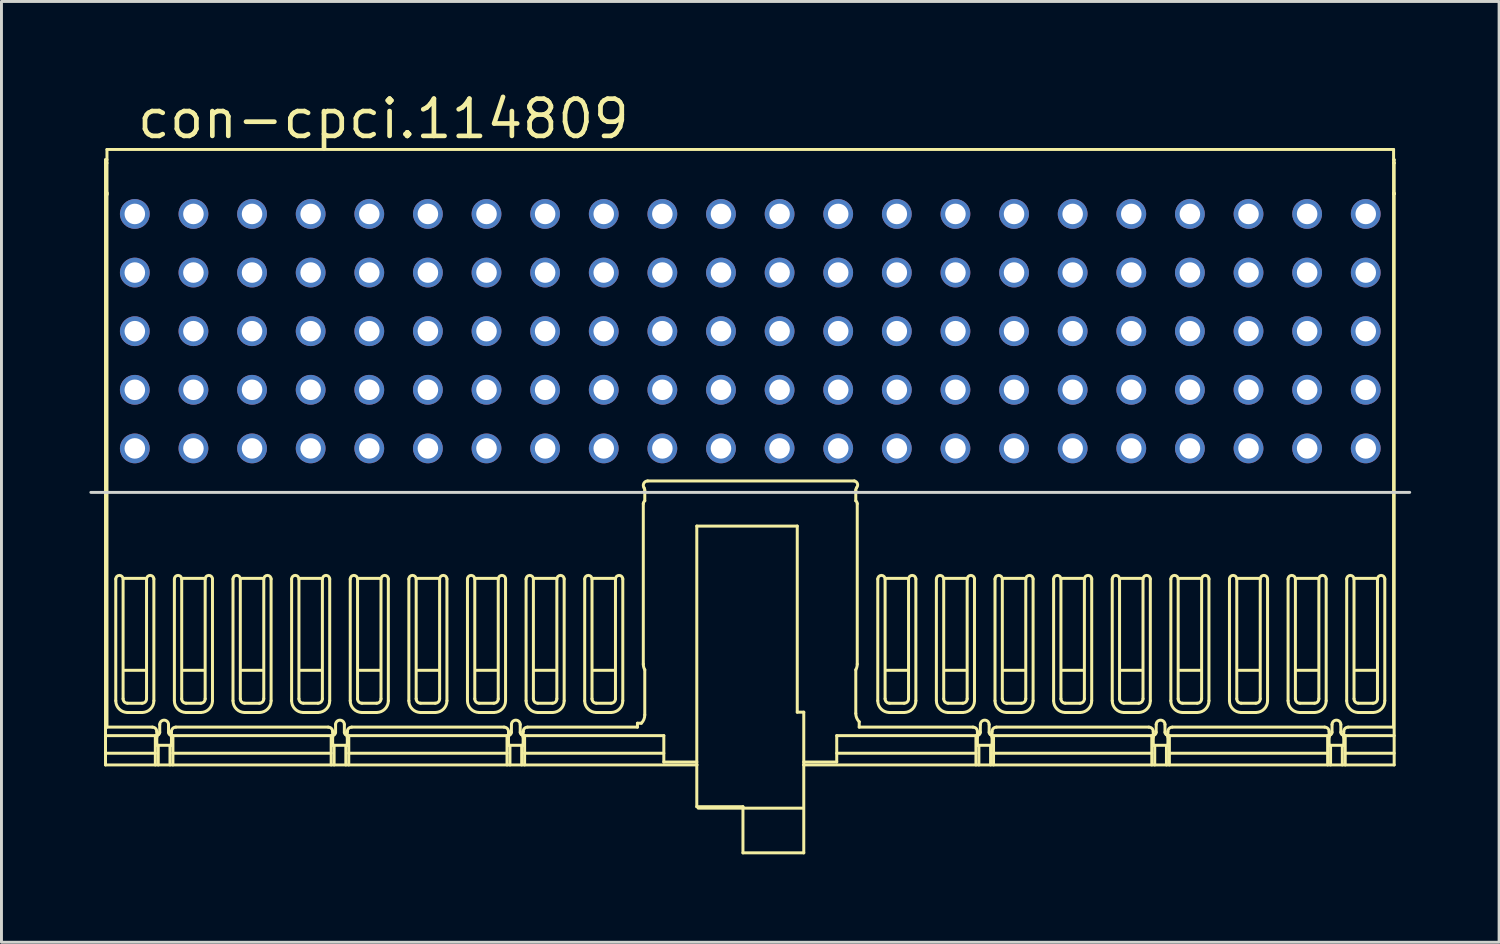
<source format=kicad_pcb>
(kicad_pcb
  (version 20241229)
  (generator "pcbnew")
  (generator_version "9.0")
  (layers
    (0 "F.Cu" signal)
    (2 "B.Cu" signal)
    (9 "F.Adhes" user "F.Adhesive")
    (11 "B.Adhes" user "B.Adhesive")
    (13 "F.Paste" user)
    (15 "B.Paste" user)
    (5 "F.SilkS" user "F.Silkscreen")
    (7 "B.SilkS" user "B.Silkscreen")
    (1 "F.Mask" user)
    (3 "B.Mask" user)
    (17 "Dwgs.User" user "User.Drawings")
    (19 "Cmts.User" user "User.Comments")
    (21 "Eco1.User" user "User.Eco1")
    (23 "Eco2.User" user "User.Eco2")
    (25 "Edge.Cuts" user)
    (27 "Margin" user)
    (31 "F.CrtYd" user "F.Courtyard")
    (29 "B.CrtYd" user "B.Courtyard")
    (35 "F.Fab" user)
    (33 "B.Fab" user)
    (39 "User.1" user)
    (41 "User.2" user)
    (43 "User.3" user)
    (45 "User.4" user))
  (footprint "con-cpci.114809"
    (layer "F.Cu")
    (at 22.55 12.25)
    (property "Reference" "con-cpci.114809" (at -21 -10.5 0) (layer "F.SilkS") (effects (font (size 1.27 1.27) (thickness 0.16)) (justify left bottom)))
    (attr through_hole)
    (fp_line (start -22 -9.85) (end -21.95 -9.85) (stroke (width 0.102) (type default)) (layer "F.SilkS"))
    (fp_line (start -22 -9.736) (end -22 -9.85) (stroke (width 0.102) (type default)) (layer "F.SilkS"))
    (fp_line (start -22 -8.728) (end -22 -9.736) (stroke (width 0.102) (type default)) (layer "F.SilkS"))
    (fp_line (start -22 -8.728) (end -22 -8.686) (stroke (width 0.102) (type default)) (layer "F.SilkS"))
    (fp_line (start -22 -8.703) (end -22 -8.661) (stroke (width 0.102) (type default)) (layer "F.SilkS"))
    (fp_line (start -22 -8.661) (end -22 10.8) (stroke (width 0.102) (type default)) (layer "F.SilkS"))
    (fp_line (start -22 -8.661) (end -21.95 -8.661) (stroke (width 0.102) (type default)) (layer "F.SilkS"))
    (fp_line (start -22 9.8) (end -20.3 9.8) (stroke (width 0.102) (type default)) (layer "F.SilkS"))
    (fp_line (start -22 10.4) (end -20.3 10.4) (stroke (width 0.102) (type default)) (layer "F.SilkS"))
    (fp_line (start -22 10.8) (end -1.825 10.8) (stroke (width 0.102) (type default)) (layer "F.SilkS"))
    (fp_line (start -21.95 -10.2) (end 21.95 -10.2) (stroke (width 0.102) (type default)) (layer "F.SilkS"))
    (fp_line (start -21.95 -9.736) (end -22 -9.736) (stroke (width 0.102) (type default)) (layer "F.SilkS"))
    (fp_line (start -21.95 -8.728) (end -22 -8.728) (stroke (width 0.102) (type default)) (layer "F.SilkS"))
    (fp_line (start -21.95 -8.703) (end -22 -8.703) (stroke (width 0.102) (type default)) (layer "F.SilkS"))
    (fp_line (start -21.95 -8.661) (end -21.95 -8.703) (stroke (width 0.102) (type default)) (layer "F.SilkS"))
    (fp_line (start -21.95 9.51) (end -21.95 -10.2) (stroke (width 0.102) (type default)) (layer "F.SilkS"))
    (fp_line (start -21.65 8.61) (end -21.65 4.457) (stroke (width 0.102) (type default)) (layer "F.SilkS"))
    (fp_line (start -21.4 4.457) (end -21.4 8.544) (stroke (width 0.102) (type default)) (layer "F.SilkS"))
    (fp_line (start -21.25 8.694) (end -20.75 8.694) (stroke (width 0.102) (type default)) (layer "F.SilkS"))
    (fp_line (start -20.75 9.01) (end -21.25 9.01) (stroke (width 0.102) (type default)) (layer "F.SilkS"))
    (fp_line (start -20.65 4.435) (end -21.35 4.435) (stroke (width 0.102) (type default)) (layer "F.SilkS"))
    (fp_line (start -20.65 7.572) (end -21.35 7.572) (stroke (width 0.102) (type default)) (layer "F.SilkS"))
    (fp_line (start -20.6 8.544) (end -20.6 4.457) (stroke (width 0.102) (type default)) (layer "F.SilkS"))
    (fp_line (start -20.4 9.51) (end -21.95 9.51) (stroke (width 0.102) (type default)) (layer "F.SilkS"))
    (fp_line (start -20.35 4.457) (end -20.35 8.61) (stroke (width 0.102) (type default)) (layer "F.SilkS"))
    (fp_line (start -20.3 9.8) (end -20.3 10.8) (stroke (width 0.102) (type default)) (layer "F.SilkS"))
    (fp_line (start -20.25 10.13) (end -20.25 9.66) (stroke (width 0.102) (type default)) (layer "F.SilkS"))
    (fp_line (start -20.2 10.13) (end -20.2 10.8) (stroke (width 0.102) (type default)) (layer "F.SilkS"))
    (fp_line (start -20.15 9.422) (end -20.15 9.684) (stroke (width 0.102) (type default)) (layer "F.SilkS"))
    (fp_line (start -19.85 9.684) (end -19.85 9.422) (stroke (width 0.102) (type default)) (layer "F.SilkS"))
    (fp_line (start -19.8 10.13) (end -19.8 10.8) (stroke (width 0.102) (type default)) (layer "F.SilkS"))
    (fp_line (start -19.75 9.66) (end -19.75 10.13) (stroke (width 0.102) (type default)) (layer "F.SilkS"))
    (fp_line (start -19.75 10.13) (end -20.25 10.13) (stroke (width 0.102) (type default)) (layer "F.SilkS"))
    (fp_line (start -19.75 9.66) (end -19.75 9.66) (stroke (width 0.102) (type default)) (layer "F.SilkS"))
    (fp_line (start -19.7 9.8) (end -14.3 9.8) (stroke (width 0.102) (type default)) (layer "F.SilkS"))
    (fp_line (start -19.7 10.4) (end -14.3 10.4) (stroke (width 0.102) (type default)) (layer "F.SilkS"))
    (fp_line (start -19.7 10.8) (end -19.7 9.8) (stroke (width 0.102) (type default)) (layer "F.SilkS"))
    (fp_line (start -19.65 8.61) (end -19.65 4.457) (stroke (width 0.102) (type default)) (layer "F.SilkS"))
    (fp_line (start -19.4 4.457) (end -19.4 8.544) (stroke (width 0.102) (type default)) (layer "F.SilkS"))
    (fp_line (start -19.25 8.694) (end -18.75 8.694) (stroke (width 0.102) (type default)) (layer "F.SilkS"))
    (fp_line (start -18.75 9.01) (end -19.25 9.01) (stroke (width 0.102) (type default)) (layer "F.SilkS"))
    (fp_line (start -18.65 4.435) (end -19.35 4.435) (stroke (width 0.102) (type default)) (layer "F.SilkS"))
    (fp_line (start -18.65 7.572) (end -19.35 7.572) (stroke (width 0.102) (type default)) (layer "F.SilkS"))
    (fp_line (start -18.6 8.544) (end -18.6 4.457) (stroke (width 0.102) (type default)) (layer "F.SilkS"))
    (fp_line (start -18.35 4.457) (end -18.35 8.61) (stroke (width 0.102) (type default)) (layer "F.SilkS"))
    (fp_line (start -17.65 8.61) (end -17.65 4.457) (stroke (width 0.102) (type default)) (layer "F.SilkS"))
    (fp_line (start -17.4 4.457) (end -17.4 8.544) (stroke (width 0.102) (type default)) (layer "F.SilkS"))
    (fp_line (start -17.25 8.694) (end -16.75 8.694) (stroke (width 0.102) (type default)) (layer "F.SilkS"))
    (fp_line (start -16.75 9.01) (end -17.25 9.01) (stroke (width 0.102) (type default)) (layer "F.SilkS"))
    (fp_line (start -16.65 4.435) (end -17.35 4.435) (stroke (width 0.102) (type default)) (layer "F.SilkS"))
    (fp_line (start -16.65 7.572) (end -17.35 7.572) (stroke (width 0.102) (type default)) (layer "F.SilkS"))
    (fp_line (start -16.6 8.544) (end -16.6 4.457) (stroke (width 0.102) (type default)) (layer "F.SilkS"))
    (fp_line (start -16.35 4.457) (end -16.35 8.61) (stroke (width 0.102) (type default)) (layer "F.SilkS"))
    (fp_line (start -15.65 8.61) (end -15.65 4.457) (stroke (width 0.102) (type default)) (layer "F.SilkS"))
    (fp_line (start -15.4 4.457) (end -15.4 8.544) (stroke (width 0.102) (type default)) (layer "F.SilkS"))
    (fp_line (start -15.25 8.694) (end -14.75 8.694) (stroke (width 0.102) (type default)) (layer "F.SilkS"))
    (fp_line (start -14.75 9.01) (end -15.25 9.01) (stroke (width 0.102) (type default)) (layer "F.SilkS"))
    (fp_line (start -14.65 4.435) (end -15.35 4.435) (stroke (width 0.102) (type default)) (layer "F.SilkS"))
    (fp_line (start -14.65 7.572) (end -15.35 7.572) (stroke (width 0.102) (type default)) (layer "F.SilkS"))
    (fp_line (start -14.6 8.544) (end -14.6 4.457) (stroke (width 0.102) (type default)) (layer "F.SilkS"))
    (fp_line (start -14.4 9.51) (end -19.6 9.51) (stroke (width 0.102) (type default)) (layer "F.SilkS"))
    (fp_line (start -14.35 4.457) (end -14.35 8.61) (stroke (width 0.102) (type default)) (layer "F.SilkS"))
    (fp_line (start -14.3 9.8) (end -14.3 10.8) (stroke (width 0.102) (type default)) (layer "F.SilkS"))
    (fp_line (start -14.25 10.13) (end -14.25 9.66) (stroke (width 0.102) (type default)) (layer "F.SilkS"))
    (fp_line (start -14.2 10.13) (end -14.2 10.8) (stroke (width 0.102) (type default)) (layer "F.SilkS"))
    (fp_line (start -14.15 9.422) (end -14.15 9.684) (stroke (width 0.102) (type default)) (layer "F.SilkS"))
    (fp_line (start -13.85 9.684) (end -13.85 9.422) (stroke (width 0.102) (type default)) (layer "F.SilkS"))
    (fp_line (start -13.8 10.13) (end -13.8 10.8) (stroke (width 0.102) (type default)) (layer "F.SilkS"))
    (fp_line (start -13.75 9.66) (end -13.75 10.13) (stroke (width 0.102) (type default)) (layer "F.SilkS"))
    (fp_line (start -13.75 10.13) (end -14.25 10.13) (stroke (width 0.102) (type default)) (layer "F.SilkS"))
    (fp_line (start -13.75 9.66) (end -13.75 9.66) (stroke (width 0.102) (type default)) (layer "F.SilkS"))
    (fp_line (start -13.7 9.8) (end -8.3 9.8) (stroke (width 0.102) (type default)) (layer "F.SilkS"))
    (fp_line (start -13.7 10.4) (end -8.3 10.4) (stroke (width 0.102) (type default)) (layer "F.SilkS"))
    (fp_line (start -13.7 10.8) (end -13.7 9.8) (stroke (width 0.102) (type default)) (layer "F.SilkS"))
    (fp_line (start -13.65 8.61) (end -13.65 4.457) (stroke (width 0.102) (type default)) (layer "F.SilkS"))
    (fp_line (start -13.4 4.457) (end -13.4 8.544) (stroke (width 0.102) (type default)) (layer "F.SilkS"))
    (fp_line (start -13.25 8.694) (end -12.75 8.694) (stroke (width 0.102) (type default)) (layer "F.SilkS"))
    (fp_line (start -12.75 9.01) (end -13.25 9.01) (stroke (width 0.102) (type default)) (layer "F.SilkS"))
    (fp_line (start -12.65 4.435) (end -13.35 4.435) (stroke (width 0.102) (type default)) (layer "F.SilkS"))
    (fp_line (start -12.65 7.572) (end -13.35 7.572) (stroke (width 0.102) (type default)) (layer "F.SilkS"))
    (fp_line (start -12.6 8.544) (end -12.6 4.457) (stroke (width 0.102) (type default)) (layer "F.SilkS"))
    (fp_line (start -12.35 4.457) (end -12.35 8.61) (stroke (width 0.102) (type default)) (layer "F.SilkS"))
    (fp_line (start -11.65 8.61) (end -11.65 4.457) (stroke (width 0.102) (type default)) (layer "F.SilkS"))
    (fp_line (start -11.4 4.457) (end -11.4 8.544) (stroke (width 0.102) (type default)) (layer "F.SilkS"))
    (fp_line (start -11.25 8.694) (end -10.75 8.694) (stroke (width 0.102) (type default)) (layer "F.SilkS"))
    (fp_line (start -10.75 9.01) (end -11.25 9.01) (stroke (width 0.102) (type default)) (layer "F.SilkS"))
    (fp_line (start -10.65 4.435) (end -11.35 4.435) (stroke (width 0.102) (type default)) (layer "F.SilkS"))
    (fp_line (start -10.65 7.572) (end -11.35 7.572) (stroke (width 0.102) (type default)) (layer "F.SilkS"))
    (fp_line (start -10.6 8.544) (end -10.6 4.457) (stroke (width 0.102) (type default)) (layer "F.SilkS"))
    (fp_line (start -10.35 4.457) (end -10.35 8.61) (stroke (width 0.102) (type default)) (layer "F.SilkS"))
    (fp_line (start -9.65 8.61) (end -9.65 4.457) (stroke (width 0.102) (type default)) (layer "F.SilkS"))
    (fp_line (start -9.4 4.457) (end -9.4 8.544) (stroke (width 0.102) (type default)) (layer "F.SilkS"))
    (fp_line (start -9.25 8.694) (end -8.75 8.694) (stroke (width 0.102) (type default)) (layer "F.SilkS"))
    (fp_line (start -8.75 9.01) (end -9.25 9.01) (stroke (width 0.102) (type default)) (layer "F.SilkS"))
    (fp_line (start -8.65 4.435) (end -9.35 4.435) (stroke (width 0.102) (type default)) (layer "F.SilkS"))
    (fp_line (start -8.65 7.572) (end -9.35 7.572) (stroke (width 0.102) (type default)) (layer "F.SilkS"))
    (fp_line (start -8.6 8.544) (end -8.6 4.457) (stroke (width 0.102) (type default)) (layer "F.SilkS"))
    (fp_line (start -8.4 9.51) (end -13.6 9.51) (stroke (width 0.102) (type default)) (layer "F.SilkS"))
    (fp_line (start -8.35 4.457) (end -8.35 8.61) (stroke (width 0.102) (type default)) (layer "F.SilkS"))
    (fp_line (start -8.3 9.8) (end -8.3 10.8) (stroke (width 0.102) (type default)) (layer "F.SilkS"))
    (fp_line (start -8.25 10.13) (end -8.25 9.66) (stroke (width 0.102) (type default)) (layer "F.SilkS"))
    (fp_line (start -8.2 10.13) (end -8.2 10.8) (stroke (width 0.102) (type default)) (layer "F.SilkS"))
    (fp_line (start -8.15 9.422) (end -8.15 9.684) (stroke (width 0.102) (type default)) (layer "F.SilkS"))
    (fp_line (start -7.85 9.684) (end -7.85 9.422) (stroke (width 0.102) (type default)) (layer "F.SilkS"))
    (fp_line (start -7.8 10.13) (end -7.8 10.8) (stroke (width 0.102) (type default)) (layer "F.SilkS"))
    (fp_line (start -7.75 9.66) (end -7.75 10.13) (stroke (width 0.102) (type default)) (layer "F.SilkS"))
    (fp_line (start -7.75 10.13) (end -8.25 10.13) (stroke (width 0.102) (type default)) (layer "F.SilkS"))
    (fp_line (start -7.75 9.66) (end -7.75 9.66) (stroke (width 0.102) (type default)) (layer "F.SilkS"))
    (fp_line (start -7.7 9.8) (end -2.95 9.8) (stroke (width 0.102) (type default)) (layer "F.SilkS"))
    (fp_line (start -7.7 10.4) (end -2.95 10.4) (stroke (width 0.102) (type default)) (layer "F.SilkS"))
    (fp_line (start -7.7 10.8) (end -7.7 9.8) (stroke (width 0.102) (type default)) (layer "F.SilkS"))
    (fp_line (start -7.65 8.61) (end -7.65 4.457) (stroke (width 0.102) (type default)) (layer "F.SilkS"))
    (fp_line (start -7.4 4.457) (end -7.4 8.544) (stroke (width 0.102) (type default)) (layer "F.SilkS"))
    (fp_line (start -7.25 8.694) (end -6.75 8.694) (stroke (width 0.102) (type default)) (layer "F.SilkS"))
    (fp_line (start -6.75 9.01) (end -7.25 9.01) (stroke (width 0.102) (type default)) (layer "F.SilkS"))
    (fp_line (start -6.65 4.435) (end -7.35 4.435) (stroke (width 0.102) (type default)) (layer "F.SilkS"))
    (fp_line (start -6.65 7.572) (end -7.35 7.572) (stroke (width 0.102) (type default)) (layer "F.SilkS"))
    (fp_line (start -6.6 8.544) (end -6.6 4.457) (stroke (width 0.102) (type default)) (layer "F.SilkS"))
    (fp_line (start -6.35 4.457) (end -6.35 8.61) (stroke (width 0.102) (type default)) (layer "F.SilkS"))
    (fp_line (start -5.65 8.61) (end -5.65 4.457) (stroke (width 0.102) (type default)) (layer "F.SilkS"))
    (fp_line (start -5.4 4.457) (end -5.4 8.544) (stroke (width 0.102) (type default)) (layer "F.SilkS"))
    (fp_line (start -5.25 8.694) (end -4.75 8.694) (stroke (width 0.102) (type default)) (layer "F.SilkS"))
    (fp_line (start -4.75 9.01) (end -5.25 9.01) (stroke (width 0.102) (type default)) (layer "F.SilkS"))
    (fp_line (start -4.65 4.435) (end -5.35 4.435) (stroke (width 0.102) (type default)) (layer "F.SilkS"))
    (fp_line (start -4.65 7.572) (end -5.35 7.572) (stroke (width 0.102) (type default)) (layer "F.SilkS"))
    (fp_line (start -4.6 8.544) (end -4.6 4.457) (stroke (width 0.102) (type default)) (layer "F.SilkS"))
    (fp_line (start -4.35 4.457) (end -4.35 8.61) (stroke (width 0.102) (type default)) (layer "F.SilkS"))
    (fp_line (start -3.85 9.377) (end -3.85 9.51) (stroke (width 0.102) (type default)) (layer "F.SilkS"))
    (fp_line (start -3.85 9.51) (end -7.6 9.51) (stroke (width 0.102) (type default)) (layer "F.SilkS"))
    (fp_line (start -3.717 9.377) (end -3.85 9.377) (stroke (width 0.102) (type default)) (layer "F.SilkS"))
    (fp_line (start -3.65 1.889) (end -3.65 7.36) (stroke (width 0.102) (type default)) (layer "F.SilkS"))
    (fp_line (start -3.6 1.426) (end -3.6 1.789) (stroke (width 0.102) (type default)) (layer "F.SilkS"))
    (fp_line (start -3.6 7.554) (end -3.6 9.094) (stroke (width 0.102) (type default)) (layer "F.SilkS"))
    (fp_line (start -2.95 9.8) (end -2.95 10.7) (stroke (width 0.102) (type default)) (layer "F.SilkS"))
    (fp_line (start -2.95 10.7) (end -1.825 10.7) (stroke (width 0.102) (type default)) (layer "F.SilkS"))
    (fp_line (start -1.825 2.65) (end -1.825 10.8) (stroke (width 0.102) (type default)) (layer "F.SilkS"))
    (fp_line (start -1.825 10.8) (end -1.825 10.8) (stroke (width 0.102) (type default)) (layer "F.SilkS"))
    (fp_line (start -1.825 10.8) (end -1.825 12.225) (stroke (width 0.102) (type default)) (layer "F.SilkS"))
    (fp_line (start -1.825 12.225) (end -0.25 12.225) (stroke (width 0.102) (type default)) (layer "F.SilkS"))
    (fp_line (start -1.775 12.275) (end 1.775 12.275) (stroke (width 0.102) (type default)) (layer "F.SilkS"))
    (fp_line (start -0.25 12.225) (end -0.25 13.8) (stroke (width 0.102) (type default)) (layer "F.SilkS"))
    (fp_line (start -0.25 13.8) (end 1.825 13.8) (stroke (width 0.102) (type default)) (layer "F.SilkS"))
    (fp_line (start 1.603 2.65) (end -1.825 2.65) (stroke (width 0.102) (type default)) (layer "F.SilkS"))
    (fp_line (start 1.603 9) (end 1.603 2.65) (stroke (width 0.102) (type default)) (layer "F.SilkS"))
    (fp_line (start 1.825 9) (end 1.603 9) (stroke (width 0.102) (type default)) (layer "F.SilkS"))
    (fp_line (start 1.825 10.7) (end 2.95 10.7) (stroke (width 0.102) (type default)) (layer "F.SilkS"))
    (fp_line (start 1.825 10.8) (end 1.825 9) (stroke (width 0.102) (type default)) (layer "F.SilkS"))
    (fp_line (start 1.825 10.8) (end 21.97 10.8) (stroke (width 0.102) (type default)) (layer "F.SilkS"))
    (fp_line (start 1.825 13.8) (end 1.825 10.8) (stroke (width 0.102) (type default)) (layer "F.SilkS"))
    (fp_line (start 2.95 9.8) (end 7.7 9.8) (stroke (width 0.102) (type default)) (layer "F.SilkS"))
    (fp_line (start 2.95 10.7) (end 2.95 9.8) (stroke (width 0.102) (type default)) (layer "F.SilkS"))
    (fp_line (start 3.55 1.11) (end -3.5 1.11) (stroke (width 0.102) (type default)) (layer "F.SilkS"))
    (fp_line (start 3.6 1.789) (end 3.6 1.426) (stroke (width 0.102) (type default)) (layer "F.SilkS"))
    (fp_line (start 3.6 9.044) (end 3.6 7.554) (stroke (width 0.102) (type default)) (layer "F.SilkS"))
    (fp_line (start 3.65 7.36) (end 3.65 1.889) (stroke (width 0.102) (type default)) (layer "F.SilkS"))
    (fp_line (start 3.717 9.51) (end 3.717 9.327) (stroke (width 0.102) (type default)) (layer "F.SilkS"))
    (fp_line (start 4.35 8.61) (end 4.35 4.457) (stroke (width 0.102) (type default)) (layer "F.SilkS"))
    (fp_line (start 4.6 4.457) (end 4.6 8.544) (stroke (width 0.102) (type default)) (layer "F.SilkS"))
    (fp_line (start 4.75 8.694) (end 5.25 8.694) (stroke (width 0.102) (type default)) (layer "F.SilkS"))
    (fp_line (start 5.25 9.01) (end 4.75 9.01) (stroke (width 0.102) (type default)) (layer "F.SilkS"))
    (fp_line (start 5.35 4.435) (end 4.65 4.435) (stroke (width 0.102) (type default)) (layer "F.SilkS"))
    (fp_line (start 5.35 7.572) (end 4.65 7.572) (stroke (width 0.102) (type default)) (layer "F.SilkS"))
    (fp_line (start 5.4 8.544) (end 5.4 4.457) (stroke (width 0.102) (type default)) (layer "F.SilkS"))
    (fp_line (start 5.65 4.457) (end 5.65 8.61) (stroke (width 0.102) (type default)) (layer "F.SilkS"))
    (fp_line (start 6.35 8.61) (end 6.35 4.457) (stroke (width 0.102) (type default)) (layer "F.SilkS"))
    (fp_line (start 6.6 4.457) (end 6.6 8.544) (stroke (width 0.102) (type default)) (layer "F.SilkS"))
    (fp_line (start 6.75 8.694) (end 7.25 8.694) (stroke (width 0.102) (type default)) (layer "F.SilkS"))
    (fp_line (start 7.25 9.01) (end 6.75 9.01) (stroke (width 0.102) (type default)) (layer "F.SilkS"))
    (fp_line (start 7.35 4.435) (end 6.65 4.435) (stroke (width 0.102) (type default)) (layer "F.SilkS"))
    (fp_line (start 7.35 7.572) (end 6.65 7.572) (stroke (width 0.102) (type default)) (layer "F.SilkS"))
    (fp_line (start 7.4 8.544) (end 7.4 4.457) (stroke (width 0.102) (type default)) (layer "F.SilkS"))
    (fp_line (start 7.6 9.51) (end 3.717 9.51) (stroke (width 0.102) (type default)) (layer "F.SilkS"))
    (fp_line (start 7.65 4.457) (end 7.65 8.61) (stroke (width 0.102) (type default)) (layer "F.SilkS"))
    (fp_line (start 7.7 9.8) (end 7.7 10.8) (stroke (width 0.102) (type default)) (layer "F.SilkS"))
    (fp_line (start 7.7 10.4) (end 2.95 10.4) (stroke (width 0.102) (type default)) (layer "F.SilkS"))
    (fp_line (start 7.75 10.13) (end 7.75 9.66) (stroke (width 0.102) (type default)) (layer "F.SilkS"))
    (fp_line (start 7.8 10.13) (end 7.8 10.8) (stroke (width 0.102) (type default)) (layer "F.SilkS"))
    (fp_line (start 7.85 9.422) (end 7.85 9.684) (stroke (width 0.102) (type default)) (layer "F.SilkS"))
    (fp_line (start 8.15 9.684) (end 8.15 9.422) (stroke (width 0.102) (type default)) (layer "F.SilkS"))
    (fp_line (start 8.2 10.13) (end 8.2 10.8) (stroke (width 0.102) (type default)) (layer "F.SilkS"))
    (fp_line (start 8.25 9.66) (end 8.25 10.13) (stroke (width 0.102) (type default)) (layer "F.SilkS"))
    (fp_line (start 8.25 10.13) (end 7.75 10.13) (stroke (width 0.102) (type default)) (layer "F.SilkS"))
    (fp_line (start 8.3 9.8) (end 8.3 10.8) (stroke (width 0.102) (type default)) (layer "F.SilkS"))
    (fp_line (start 8.35 8.61) (end 8.35 4.457) (stroke (width 0.102) (type default)) (layer "F.SilkS"))
    (fp_line (start 8.6 4.457) (end 8.6 8.544) (stroke (width 0.102) (type default)) (layer "F.SilkS"))
    (fp_line (start 8.75 8.694) (end 9.25 8.694) (stroke (width 0.102) (type default)) (layer "F.SilkS"))
    (fp_line (start 9.25 9.01) (end 8.75 9.01) (stroke (width 0.102) (type default)) (layer "F.SilkS"))
    (fp_line (start 9.35 4.435) (end 8.65 4.435) (stroke (width 0.102) (type default)) (layer "F.SilkS"))
    (fp_line (start 9.35 7.572) (end 8.65 7.572) (stroke (width 0.102) (type default)) (layer "F.SilkS"))
    (fp_line (start 9.4 8.544) (end 9.4 4.457) (stroke (width 0.102) (type default)) (layer "F.SilkS"))
    (fp_line (start 9.65 4.457) (end 9.65 8.61) (stroke (width 0.102) (type default)) (layer "F.SilkS"))
    (fp_line (start 10.35 8.61) (end 10.35 4.457) (stroke (width 0.102) (type default)) (layer "F.SilkS"))
    (fp_line (start 10.6 4.457) (end 10.6 8.544) (stroke (width 0.102) (type default)) (layer "F.SilkS"))
    (fp_line (start 10.75 8.694) (end 11.25 8.694) (stroke (width 0.102) (type default)) (layer "F.SilkS"))
    (fp_line (start 11.25 9.01) (end 10.75 9.01) (stroke (width 0.102) (type default)) (layer "F.SilkS"))
    (fp_line (start 11.35 4.435) (end 10.65 4.435) (stroke (width 0.102) (type default)) (layer "F.SilkS"))
    (fp_line (start 11.35 7.572) (end 10.65 7.572) (stroke (width 0.102) (type default)) (layer "F.SilkS"))
    (fp_line (start 11.4 8.544) (end 11.4 4.457) (stroke (width 0.102) (type default)) (layer "F.SilkS"))
    (fp_line (start 11.65 4.457) (end 11.65 8.61) (stroke (width 0.102) (type default)) (layer "F.SilkS"))
    (fp_line (start 12.35 8.61) (end 12.35 4.457) (stroke (width 0.102) (type default)) (layer "F.SilkS"))
    (fp_line (start 12.6 4.457) (end 12.6 8.544) (stroke (width 0.102) (type default)) (layer "F.SilkS"))
    (fp_line (start 12.75 8.694) (end 13.25 8.694) (stroke (width 0.102) (type default)) (layer "F.SilkS"))
    (fp_line (start 13.25 9.01) (end 12.75 9.01) (stroke (width 0.102) (type default)) (layer "F.SilkS"))
    (fp_line (start 13.35 4.435) (end 12.65 4.435) (stroke (width 0.102) (type default)) (layer "F.SilkS"))
    (fp_line (start 13.35 7.572) (end 12.65 7.572) (stroke (width 0.102) (type default)) (layer "F.SilkS"))
    (fp_line (start 13.4 8.544) (end 13.4 4.457) (stroke (width 0.102) (type default)) (layer "F.SilkS"))
    (fp_line (start 13.6 9.51) (end 8.4 9.51) (stroke (width 0.102) (type default)) (layer "F.SilkS"))
    (fp_line (start 13.65 4.457) (end 13.65 8.61) (stroke (width 0.102) (type default)) (layer "F.SilkS"))
    (fp_line (start 13.7 9.8) (end 8.3 9.8) (stroke (width 0.102) (type default)) (layer "F.SilkS"))
    (fp_line (start 13.7 10.4) (end 8.3 10.4) (stroke (width 0.102) (type default)) (layer "F.SilkS"))
    (fp_line (start 13.7 10.8) (end 13.7 9.8) (stroke (width 0.102) (type default)) (layer "F.SilkS"))
    (fp_line (start 13.75 10.13) (end 13.75 9.66) (stroke (width 0.102) (type default)) (layer "F.SilkS"))
    (fp_line (start 13.8 10.13) (end 13.8 10.8) (stroke (width 0.102) (type default)) (layer "F.SilkS"))
    (fp_line (start 13.85 9.422) (end 13.85 9.684) (stroke (width 0.102) (type default)) (layer "F.SilkS"))
    (fp_line (start 14.15 9.684) (end 14.15 9.422) (stroke (width 0.102) (type default)) (layer "F.SilkS"))
    (fp_line (start 14.2 10.13) (end 14.2 10.8) (stroke (width 0.102) (type default)) (layer "F.SilkS"))
    (fp_line (start 14.25 9.66) (end 14.25 10.13) (stroke (width 0.102) (type default)) (layer "F.SilkS"))
    (fp_line (start 14.25 10.13) (end 13.75 10.13) (stroke (width 0.102) (type default)) (layer "F.SilkS"))
    (fp_line (start 14.3 9.8) (end 14.3 10.8) (stroke (width 0.102) (type default)) (layer "F.SilkS"))
    (fp_line (start 14.35 8.61) (end 14.35 4.457) (stroke (width 0.102) (type default)) (layer "F.SilkS"))
    (fp_line (start 14.6 4.457) (end 14.6 8.544) (stroke (width 0.102) (type default)) (layer "F.SilkS"))
    (fp_line (start 14.75 8.694) (end 15.25 8.694) (stroke (width 0.102) (type default)) (layer "F.SilkS"))
    (fp_line (start 15.25 9.01) (end 14.75 9.01) (stroke (width 0.102) (type default)) (layer "F.SilkS"))
    (fp_line (start 15.35 4.435) (end 14.65 4.435) (stroke (width 0.102) (type default)) (layer "F.SilkS"))
    (fp_line (start 15.35 7.572) (end 14.65 7.572) (stroke (width 0.102) (type default)) (layer "F.SilkS"))
    (fp_line (start 15.4 8.544) (end 15.4 4.457) (stroke (width 0.102) (type default)) (layer "F.SilkS"))
    (fp_line (start 15.65 4.457) (end 15.65 8.61) (stroke (width 0.102) (type default)) (layer "F.SilkS"))
    (fp_line (start 16.35 8.61) (end 16.35 4.457) (stroke (width 0.102) (type default)) (layer "F.SilkS"))
    (fp_line (start 16.6 4.457) (end 16.6 8.544) (stroke (width 0.102) (type default)) (layer "F.SilkS"))
    (fp_line (start 16.75 8.694) (end 17.25 8.694) (stroke (width 0.102) (type default)) (layer "F.SilkS"))
    (fp_line (start 17.25 9.01) (end 16.75 9.01) (stroke (width 0.102) (type default)) (layer "F.SilkS"))
    (fp_line (start 17.35 4.435) (end 16.65 4.435) (stroke (width 0.102) (type default)) (layer "F.SilkS"))
    (fp_line (start 17.35 7.572) (end 16.65 7.572) (stroke (width 0.102) (type default)) (layer "F.SilkS"))
    (fp_line (start 17.4 8.544) (end 17.4 4.457) (stroke (width 0.102) (type default)) (layer "F.SilkS"))
    (fp_line (start 17.65 4.457) (end 17.65 8.61) (stroke (width 0.102) (type default)) (layer "F.SilkS"))
    (fp_line (start 18.35 8.61) (end 18.35 4.457) (stroke (width 0.102) (type default)) (layer "F.SilkS"))
    (fp_line (start 18.6 4.457) (end 18.6 8.544) (stroke (width 0.102) (type default)) (layer "F.SilkS"))
    (fp_line (start 18.75 8.694) (end 19.25 8.694) (stroke (width 0.102) (type default)) (layer "F.SilkS"))
    (fp_line (start 19.25 9.01) (end 18.75 9.01) (stroke (width 0.102) (type default)) (layer "F.SilkS"))
    (fp_line (start 19.35 4.435) (end 18.65 4.435) (stroke (width 0.102) (type default)) (layer "F.SilkS"))
    (fp_line (start 19.35 7.572) (end 18.65 7.572) (stroke (width 0.102) (type default)) (layer "F.SilkS"))
    (fp_line (start 19.4 8.544) (end 19.4 4.457) (stroke (width 0.102) (type default)) (layer "F.SilkS"))
    (fp_line (start 19.6 9.51) (end 14.4 9.51) (stroke (width 0.102) (type default)) (layer "F.SilkS"))
    (fp_line (start 19.65 4.457) (end 19.65 8.61) (stroke (width 0.102) (type default)) (layer "F.SilkS"))
    (fp_line (start 19.7 9.8) (end 14.3 9.8) (stroke (width 0.102) (type default)) (layer "F.SilkS"))
    (fp_line (start 19.7 10.4) (end 14.3 10.4) (stroke (width 0.102) (type default)) (layer "F.SilkS"))
    (fp_line (start 19.7 10.8) (end 19.7 9.8) (stroke (width 0.102) (type default)) (layer "F.SilkS"))
    (fp_line (start 19.75 10.13) (end 19.75 9.66) (stroke (width 0.102) (type default)) (layer "F.SilkS"))
    (fp_line (start 19.8 10.13) (end 19.8 10.8) (stroke (width 0.102) (type default)) (layer "F.SilkS"))
    (fp_line (start 19.85 9.684) (end 19.85 9.422) (stroke (width 0.102) (type default)) (layer "F.SilkS"))
    (fp_line (start 20.15 9.422) (end 20.15 9.684) (stroke (width 0.102) (type default)) (layer "F.SilkS"))
    (fp_line (start 20.2 10.13) (end 20.2 10.8) (stroke (width 0.102) (type default)) (layer "F.SilkS"))
    (fp_line (start 20.25 9.66) (end 20.25 10.13) (stroke (width 0.102) (type default)) (layer "F.SilkS"))
    (fp_line (start 20.25 10.13) (end 19.75 10.13) (stroke (width 0.102) (type default)) (layer "F.SilkS"))
    (fp_line (start 20.3 9.8) (end 20.3 10.8) (stroke (width 0.102) (type default)) (layer "F.SilkS"))
    (fp_line (start 20.35 8.61) (end 20.35 4.457) (stroke (width 0.102) (type default)) (layer "F.SilkS"))
    (fp_line (start 20.6 4.457) (end 20.6 8.544) (stroke (width 0.102) (type default)) (layer "F.SilkS"))
    (fp_line (start 20.75 8.694) (end 21.25 8.694) (stroke (width 0.102) (type default)) (layer "F.SilkS"))
    (fp_line (start 21.25 9.01) (end 20.75 9.01) (stroke (width 0.102) (type default)) (layer "F.SilkS"))
    (fp_line (start 21.35 4.435) (end 20.65 4.435) (stroke (width 0.102) (type default)) (layer "F.SilkS"))
    (fp_line (start 21.35 7.572) (end 20.65 7.572) (stroke (width 0.102) (type default)) (layer "F.SilkS"))
    (fp_line (start 21.4 8.544) (end 21.4 4.457) (stroke (width 0.102) (type default)) (layer "F.SilkS"))
    (fp_line (start 21.65 4.457) (end 21.65 8.61) (stroke (width 0.102) (type default)) (layer "F.SilkS"))
    (fp_line (start 21.95 -10.2) (end 21.95 9.51) (stroke (width 0.102) (type default)) (layer "F.SilkS"))
    (fp_line (start 21.95 -9.85) (end 21.97 -9.85) (stroke (width 0.102) (type default)) (layer "F.SilkS"))
    (fp_line (start 21.95 -8.703) (end 21.97 -8.703) (stroke (width 0.102) (type default)) (layer "F.SilkS"))
    (fp_line (start 21.95 -8.686) (end 21.95 -8.704) (stroke (width 0.102) (type default)) (layer "F.SilkS"))
    (fp_line (start 21.95 -8.686) (end 21.95 -8.703) (stroke (width 0.102) (type default)) (layer "F.SilkS"))
    (fp_line (start 21.95 9.51) (end 20.4 9.51) (stroke (width 0.102) (type default)) (layer "F.SilkS"))
    (fp_line (start 21.97 -9.85) (end 21.97 -9.736) (stroke (width 0.102) (type default)) (layer "F.SilkS"))
    (fp_line (start 21.97 -9.736) (end 21.95 -9.736) (stroke (width 0.102) (type default)) (layer "F.SilkS"))
    (fp_line (start 21.97 -9.736) (end 21.97 -8.686) (stroke (width 0.102) (type default)) (layer "F.SilkS"))
    (fp_line (start 21.97 -8.703) (end 21.97 -8.686) (stroke (width 0.102) (type default)) (layer "F.SilkS"))
    (fp_line (start 21.97 -8.686) (end 21.95 -8.686) (stroke (width 0.102) (type default)) (layer "F.SilkS"))
    (fp_line (start 21.97 9.8) (end 20.3 9.8) (stroke (width 0.102) (type default)) (layer "F.SilkS"))
    (fp_line (start 21.97 10.4) (end 20.3 10.4) (stroke (width 0.102) (type default)) (layer "F.SilkS"))
    (fp_line (start 21.97 10.8) (end 21.97 -8.686) (stroke (width 0.102) (type default)) (layer "F.SilkS"))
    (fp_arc (start -21.6501 4.4573) (mid -21.525 4.3322) (end -21.3999 4.4573) (stroke (width 0.1016) (type default)) (layer "F.SilkS"))
    (fp_arc (start -21.25 8.6943) (mid -21.356066 8.650366) (end -21.4 8.5443) (stroke (width 0.1016) (type default)) (layer "F.SilkS"))
    (fp_arc (start -21.25 9.01) (mid -21.532843 8.892843) (end -21.65 8.61) (stroke (width 0.1016) (type default)) (layer "F.SilkS"))
    (fp_arc (start -20.6001 4.4573) (mid -20.475 4.3322) (end -20.3499 4.4573) (stroke (width 0.1016) (type default)) (layer "F.SilkS"))
    (fp_arc (start -20.6 8.5443) (mid -20.643934 8.650366) (end -20.75 8.6943) (stroke (width 0.1016) (type default)) (layer "F.SilkS"))
    (fp_arc (start -20.4 9.51) (mid -20.293934 9.553934) (end -20.25 9.66) (stroke (width 0.1016) (type default)) (layer "F.SilkS"))
    (fp_arc (start -20.35 8.61) (mid -20.467157 8.892843) (end -20.75 9.01) (stroke (width 0.1016) (type default)) (layer "F.SilkS"))
    (fp_arc (start -20.25 9.8575) (mid -20.236602 9.807501) (end -20.2 9.7709) (stroke (width 0.1016) (type default)) (layer "F.SilkS"))
    (fp_arc (start -20.15 9.4222) (mid -20 9.2722) (end -19.85 9.4222) (stroke (width 0.1016) (type default)) (layer "F.SilkS"))
    (fp_arc (start -20.15 9.6843) (mid -20.163398 9.734299) (end -20.2 9.7709) (stroke (width 0.1016) (type default)) (layer "F.SilkS"))
    (fp_arc (start -19.8 9.7709) (mid -19.836602 9.734299) (end -19.85 9.6843) (stroke (width 0.1016) (type default)) (layer "F.SilkS"))
    (fp_arc (start -19.8 9.7709) (mid -19.763398 9.807501) (end -19.75 9.8575) (stroke (width 0.1016) (type default)) (layer "F.SilkS"))
    (fp_arc (start -19.7499 9.66) (mid -19.705966 9.553934) (end -19.5999 9.51) (stroke (width 0.1016) (type default)) (layer "F.SilkS"))
    (fp_arc (start -19.6501 4.4573) (mid -19.525 4.3322) (end -19.3999 4.4573) (stroke (width 0.1016) (type default)) (layer "F.SilkS"))
    (fp_arc (start -19.25 8.6943) (mid -19.356066 8.650366) (end -19.4 8.5443) (stroke (width 0.1016) (type default)) (layer "F.SilkS"))
    (fp_arc (start -19.25 9.01) (mid -19.532843 8.892843) (end -19.65 8.61) (stroke (width 0.1016) (type default)) (layer "F.SilkS"))
    (fp_arc (start -18.6001 4.4573) (mid -18.475 4.3322) (end -18.3499 4.4573) (stroke (width 0.1016) (type default)) (layer "F.SilkS"))
    (fp_arc (start -18.6 8.5443) (mid -18.643934 8.650366) (end -18.75 8.6943) (stroke (width 0.1016) (type default)) (layer "F.SilkS"))
    (fp_arc (start -18.35 8.61) (mid -18.467157 8.892843) (end -18.75 9.01) (stroke (width 0.1016) (type default)) (layer "F.SilkS"))
    (fp_arc (start -17.6501 4.4573) (mid -17.525 4.3322) (end -17.3999 4.4573) (stroke (width 0.1016) (type default)) (layer "F.SilkS"))
    (fp_arc (start -17.25 8.6943) (mid -17.356066 8.650366) (end -17.4 8.5443) (stroke (width 0.1016) (type default)) (layer "F.SilkS"))
    (fp_arc (start -17.25 9.01) (mid -17.532843 8.892843) (end -17.65 8.61) (stroke (width 0.1016) (type default)) (layer "F.SilkS"))
    (fp_arc (start -16.6001 4.4573) (mid -16.475 4.3322) (end -16.3499 4.4573) (stroke (width 0.1016) (type default)) (layer "F.SilkS"))
    (fp_arc (start -16.6 8.5443) (mid -16.643934 8.650366) (end -16.75 8.6943) (stroke (width 0.1016) (type default)) (layer "F.SilkS"))
    (fp_arc (start -16.35 8.61) (mid -16.467157 8.892843) (end -16.75 9.01) (stroke (width 0.1016) (type default)) (layer "F.SilkS"))
    (fp_arc (start -15.6501 4.4573) (mid -15.525 4.3322) (end -15.3999 4.4573) (stroke (width 0.1016) (type default)) (layer "F.SilkS"))
    (fp_arc (start -15.25 8.6943) (mid -15.356066 8.650366) (end -15.4 8.5443) (stroke (width 0.1016) (type default)) (layer "F.SilkS"))
    (fp_arc (start -15.25 9.01) (mid -15.532843 8.892843) (end -15.65 8.61) (stroke (width 0.1016) (type default)) (layer "F.SilkS"))
    (fp_arc (start -14.6001 4.4573) (mid -14.475 4.3322) (end -14.3499 4.4573) (stroke (width 0.1016) (type default)) (layer "F.SilkS"))
    (fp_arc (start -14.6 8.5443) (mid -14.643934 8.650366) (end -14.75 8.6943) (stroke (width 0.1016) (type default)) (layer "F.SilkS"))
    (fp_arc (start -14.3999 9.51) (mid -14.293869 9.55394) (end -14.25 9.66) (stroke (width 0.1016) (type default)) (layer "F.SilkS"))
    (fp_arc (start -14.35 8.61) (mid -14.467157 8.892843) (end -14.75 9.01) (stroke (width 0.1016) (type default)) (layer "F.SilkS"))
    (fp_arc (start -14.25 9.8575) (mid -14.236602 9.807501) (end -14.2 9.7709) (stroke (width 0.1016) (type default)) (layer "F.SilkS"))
    (fp_arc (start -14.15 9.4222) (mid -14 9.2722) (end -13.85 9.4222) (stroke (width 0.1016) (type default)) (layer "F.SilkS"))
    (fp_arc (start -14.15 9.6843) (mid -14.163398 9.734299) (end -14.2 9.7709) (stroke (width 0.1016) (type default)) (layer "F.SilkS"))
    (fp_arc (start -13.8 9.7709) (mid -13.836602 9.734299) (end -13.85 9.6843) (stroke (width 0.1016) (type default)) (layer "F.SilkS"))
    (fp_arc (start -13.8 9.7709) (mid -13.763398 9.807501) (end -13.75 9.8575) (stroke (width 0.1016) (type default)) (layer "F.SilkS"))
    (fp_arc (start -13.7499 9.66) (mid -13.705966 9.553934) (end -13.5999 9.51) (stroke (width 0.1016) (type default)) (layer "F.SilkS"))
    (fp_arc (start -13.6501 4.4573) (mid -13.525 4.3322) (end -13.3999 4.4573) (stroke (width 0.1016) (type default)) (layer "F.SilkS"))
    (fp_arc (start -13.25 8.6943) (mid -13.356066 8.650366) (end -13.4 8.5443) (stroke (width 0.1016) (type default)) (layer "F.SilkS"))
    (fp_arc (start -13.25 9.01) (mid -13.532843 8.892843) (end -13.65 8.61) (stroke (width 0.1016) (type default)) (layer "F.SilkS"))
    (fp_arc (start -12.6001 4.4573) (mid -12.475 4.3322) (end -12.3499 4.4573) (stroke (width 0.1016) (type default)) (layer "F.SilkS"))
    (fp_arc (start -12.6 8.5443) (mid -12.643934 8.650366) (end -12.75 8.6943) (stroke (width 0.1016) (type default)) (layer "F.SilkS"))
    (fp_arc (start -12.35 8.61) (mid -12.467157 8.892843) (end -12.75 9.01) (stroke (width 0.1016) (type default)) (layer "F.SilkS"))
    (fp_arc (start -11.6501 4.4573) (mid -11.525 4.3322) (end -11.3999 4.4573) (stroke (width 0.1016) (type default)) (layer "F.SilkS"))
    (fp_arc (start -11.25 8.6943) (mid -11.356066 8.650366) (end -11.4 8.5443) (stroke (width 0.1016) (type default)) (layer "F.SilkS"))
    (fp_arc (start -11.25 9.01) (mid -11.532843 8.892843) (end -11.65 8.61) (stroke (width 0.1016) (type default)) (layer "F.SilkS"))
    (fp_arc (start -10.6001 4.4573) (mid -10.475 4.3322) (end -10.3499 4.4573) (stroke (width 0.1016) (type default)) (layer "F.SilkS"))
    (fp_arc (start -10.6 8.5443) (mid -10.643934 8.650366) (end -10.75 8.6943) (stroke (width 0.1016) (type default)) (layer "F.SilkS"))
    (fp_arc (start -10.35 8.61) (mid -10.467157 8.892843) (end -10.75 9.01) (stroke (width 0.1016) (type default)) (layer "F.SilkS"))
    (fp_arc (start -9.6501 4.4573) (mid -9.525 4.3322) (end -9.3999 4.4573) (stroke (width 0.1016) (type default)) (layer "F.SilkS"))
    (fp_arc (start -9.25 8.6943) (mid -9.356066 8.650366) (end -9.4 8.5443) (stroke (width 0.1016) (type default)) (layer "F.SilkS"))
    (fp_arc (start -9.25 9.01) (mid -9.532843 8.892843) (end -9.65 8.61) (stroke (width 0.1016) (type default)) (layer "F.SilkS"))
    (fp_arc (start -8.6001 4.4573) (mid -8.475 4.3322) (end -8.3499 4.4573) (stroke (width 0.1016) (type default)) (layer "F.SilkS"))
    (fp_arc (start -8.6 8.5443) (mid -8.643934 8.650366) (end -8.75 8.6943) (stroke (width 0.1016) (type default)) (layer "F.SilkS"))
    (fp_arc (start -8.4 9.51) (mid -8.293934 9.553934) (end -8.25 9.66) (stroke (width 0.1016) (type default)) (layer "F.SilkS"))
    (fp_arc (start -8.35 8.61) (mid -8.467157 8.892843) (end -8.75 9.01) (stroke (width 0.1016) (type default)) (layer "F.SilkS"))
    (fp_arc (start -8.25 9.8575) (mid -8.236602 9.807501) (end -8.2 9.7709) (stroke (width 0.1016) (type default)) (layer "F.SilkS"))
    (fp_arc (start -8.15 9.4222) (mid -8 9.2722) (end -7.85 9.4222) (stroke (width 0.1016) (type default)) (layer "F.SilkS"))
    (fp_arc (start -8.15 9.6843) (mid -8.163398 9.734299) (end -8.2 9.7709) (stroke (width 0.1016) (type default)) (layer "F.SilkS"))
    (fp_arc (start -7.8 9.7709) (mid -7.836602 9.734299) (end -7.85 9.6843) (stroke (width 0.1016) (type default)) (layer "F.SilkS"))
    (fp_arc (start -7.8 9.7709) (mid -7.763398 9.807501) (end -7.75 9.8575) (stroke (width 0.1016) (type default)) (layer "F.SilkS"))
    (fp_arc (start -7.7499 9.66) (mid -7.705966 9.553934) (end -7.5999 9.51) (stroke (width 0.1016) (type default)) (layer "F.SilkS"))
    (fp_arc (start -7.6501 4.4573) (mid -7.525 4.3322) (end -7.3999 4.4573) (stroke (width 0.1016) (type default)) (layer "F.SilkS"))
    (fp_arc (start -7.25 8.6943) (mid -7.356066 8.650366) (end -7.4 8.5443) (stroke (width 0.1016) (type default)) (layer "F.SilkS"))
    (fp_arc (start -7.25 9.01) (mid -7.532843 8.892843) (end -7.65 8.61) (stroke (width 0.1016) (type default)) (layer "F.SilkS"))
    (fp_arc (start -6.6001 4.4573) (mid -6.475 4.3322) (end -6.3499 4.4573) (stroke (width 0.1016) (type default)) (layer "F.SilkS"))
    (fp_arc (start -6.6 8.5443) (mid -6.643934 8.650366) (end -6.75 8.6943) (stroke (width 0.1016) (type default)) (layer "F.SilkS"))
    (fp_arc (start -6.35 8.61) (mid -6.467157 8.892843) (end -6.75 9.01) (stroke (width 0.1016) (type default)) (layer "F.SilkS"))
    (fp_arc (start -5.6501 4.4573) (mid -5.525 4.3322) (end -5.3999 4.4573) (stroke (width 0.1016) (type default)) (layer "F.SilkS"))
    (fp_arc (start -5.25 8.6943) (mid -5.356066 8.650366) (end -5.4 8.5443) (stroke (width 0.1016) (type default)) (layer "F.SilkS"))
    (fp_arc (start -5.25 9.01) (mid -5.532843 8.892843) (end -5.65 8.61) (stroke (width 0.1016) (type default)) (layer "F.SilkS"))
    (fp_arc (start -4.6001 4.4573) (mid -4.475 4.3322) (end -4.3499 4.4573) (stroke (width 0.1016) (type default)) (layer "F.SilkS"))
    (fp_arc (start -4.6 8.5443) (mid -4.643934 8.650366) (end -4.75 8.6943) (stroke (width 0.1016) (type default)) (layer "F.SilkS"))
    (fp_arc (start -4.35 8.61) (mid -4.467157 8.892843) (end -4.75 9.01) (stroke (width 0.1016) (type default)) (layer "F.SilkS"))
    (fp_arc (start -3.65 1.8887) (mid -3.636803 1.832798) (end -3.6 1.7887) (stroke (width 0.1016) (type default)) (layer "F.SilkS"))
    (fp_arc (start -3.625 1.3429) (mid -3.606374 1.382555) (end -3.6 1.4259) (stroke (width 0.1016) (type default)) (layer "F.SilkS"))
    (fp_arc (start -3.625 1.3429) (mid -3.63211 1.18909) (end -3.5 1.11) (stroke (width 0.1016) (type default)) (layer "F.SilkS"))
    (fp_arc (start -3.6 7.554) (mid -3.637292 7.460375) (end -3.65 7.3604) (stroke (width 0.1016) (type default)) (layer "F.SilkS"))
    (fp_arc (start -3.5999 9.0943) (mid -3.630357 9.247409) (end -3.7171 9.3772) (stroke (width 0.1016) (type default)) (layer "F.SilkS"))
    (fp_arc (start 3.55 1.11) (mid 3.657215 1.204) (end 3.625 1.3429) (stroke (width 0.1016) (type default)) (layer "F.SilkS"))
    (fp_arc (start 3.6 1.4259) (mid 3.606374 1.382555) (end 3.625 1.3429) (stroke (width 0.1016) (type default)) (layer "F.SilkS"))
    (fp_arc (start 3.6 1.7887) (mid 3.636803 1.832798) (end 3.65 1.8887) (stroke (width 0.1016) (type default)) (layer "F.SilkS"))
    (fp_arc (start 3.65 7.3604) (mid 3.637292 7.460375) (end 3.6 7.554) (stroke (width 0.1016) (type default)) (layer "F.SilkS"))
    (fp_arc (start 3.7172 9.3272) (mid 3.630457 9.197409) (end 3.6 9.0443) (stroke (width 0.1016) (type default)) (layer "F.SilkS"))
    (fp_arc (start 4.35 4.4573) (mid 4.475 4.3323) (end 4.6 4.4573) (stroke (width 0.1016) (type default)) (layer "F.SilkS"))
    (fp_arc (start 4.75 8.6943) (mid 4.643934 8.650366) (end 4.6 8.5443) (stroke (width 0.1016) (type default)) (layer "F.SilkS"))
    (fp_arc (start 4.75 9.01) (mid 4.467157 8.892843) (end 4.35 8.61) (stroke (width 0.1016) (type default)) (layer "F.SilkS"))
    (fp_arc (start 5.4 4.4573) (mid 5.525 4.3323) (end 5.65 4.4573) (stroke (width 0.1016) (type default)) (layer "F.SilkS"))
    (fp_arc (start 5.4 8.5443) (mid 5.356066 8.650366) (end 5.25 8.6943) (stroke (width 0.1016) (type default)) (layer "F.SilkS"))
    (fp_arc (start 5.65 8.61) (mid 5.532843 8.892843) (end 5.25 9.01) (stroke (width 0.1016) (type default)) (layer "F.SilkS"))
    (fp_arc (start 6.35 4.4573) (mid 6.475 4.3323) (end 6.6 4.4573) (stroke (width 0.1016) (type default)) (layer "F.SilkS"))
    (fp_arc (start 6.75 8.6943) (mid 6.643934 8.650366) (end 6.6 8.5443) (stroke (width 0.1016) (type default)) (layer "F.SilkS"))
    (fp_arc (start 6.75 9.01) (mid 6.467157 8.892843) (end 6.35 8.61) (stroke (width 0.1016) (type default)) (layer "F.SilkS"))
    (fp_arc (start 7.4 4.4573) (mid 7.525 4.3323) (end 7.65 4.4573) (stroke (width 0.1016) (type default)) (layer "F.SilkS"))
    (fp_arc (start 7.4 8.5443) (mid 7.356066 8.650366) (end 7.25 8.6943) (stroke (width 0.1016) (type default)) (layer "F.SilkS"))
    (fp_arc (start 7.6 9.51) (mid 7.706066 9.553934) (end 7.75 9.66) (stroke (width 0.1016) (type default)) (layer "F.SilkS"))
    (fp_arc (start 7.65 8.61) (mid 7.532843 8.892843) (end 7.25 9.01) (stroke (width 0.1016) (type default)) (layer "F.SilkS"))
    (fp_arc (start 7.75 9.8575) (mid 7.763398 9.807501) (end 7.8 9.7709) (stroke (width 0.1016) (type default)) (layer "F.SilkS"))
    (fp_arc (start 7.85 9.4222) (mid 8 9.2722) (end 8.15 9.4222) (stroke (width 0.1016) (type default)) (layer "F.SilkS"))
    (fp_arc (start 7.85 9.6843) (mid 7.836602 9.734299) (end 7.8 9.7709) (stroke (width 0.1016) (type default)) (layer "F.SilkS"))
    (fp_arc (start 8.2 9.7709) (mid 8.163398 9.734299) (end 8.15 9.6843) (stroke (width 0.1016) (type default)) (layer "F.SilkS"))
    (fp_arc (start 8.2 9.7709) (mid 8.236602 9.807501) (end 8.25 9.8575) (stroke (width 0.1016) (type default)) (layer "F.SilkS"))
    (fp_arc (start 8.25 9.66) (mid 8.293934 9.553934) (end 8.4 9.51) (stroke (width 0.1016) (type default)) (layer "F.SilkS"))
    (fp_arc (start 8.35 4.4573) (mid 8.475 4.3323) (end 8.6 4.4573) (stroke (width 0.1016) (type default)) (layer "F.SilkS"))
    (fp_arc (start 8.75 8.6943) (mid 8.643934 8.650366) (end 8.6 8.5443) (stroke (width 0.1016) (type default)) (layer "F.SilkS"))
    (fp_arc (start 8.75 9.01) (mid 8.467157 8.892843) (end 8.35 8.61) (stroke (width 0.1016) (type default)) (layer "F.SilkS"))
    (fp_arc (start 9.4 4.4573) (mid 9.525 4.3323) (end 9.65 4.4573) (stroke (width 0.1016) (type default)) (layer "F.SilkS"))
    (fp_arc (start 9.4 8.5443) (mid 9.356066 8.650366) (end 9.25 8.6943) (stroke (width 0.1016) (type default)) (layer "F.SilkS"))
    (fp_arc (start 9.65 8.61) (mid 9.532843 8.892843) (end 9.25 9.01) (stroke (width 0.1016) (type default)) (layer "F.SilkS"))
    (fp_arc (start 10.35 4.4573) (mid 10.475 4.3323) (end 10.6 4.4573) (stroke (width 0.1016) (type default)) (layer "F.SilkS"))
    (fp_arc (start 10.75 8.6943) (mid 10.643934 8.650366) (end 10.6 8.5443) (stroke (width 0.1016) (type default)) (layer "F.SilkS"))
    (fp_arc (start 10.75 9.01) (mid 10.467157 8.892843) (end 10.35 8.61) (stroke (width 0.1016) (type default)) (layer "F.SilkS"))
    (fp_arc (start 11.4 4.4573) (mid 11.525 4.3323) (end 11.65 4.4573) (stroke (width 0.1016) (type default)) (layer "F.SilkS"))
    (fp_arc (start 11.4 8.5443) (mid 11.356066 8.650366) (end 11.25 8.6943) (stroke (width 0.1016) (type default)) (layer "F.SilkS"))
    (fp_arc (start 11.65 8.61) (mid 11.532843 8.892843) (end 11.25 9.01) (stroke (width 0.1016) (type default)) (layer "F.SilkS"))
    (fp_arc (start 12.35 4.4573) (mid 12.475 4.3323) (end 12.6 4.4573) (stroke (width 0.1016) (type default)) (layer "F.SilkS"))
    (fp_arc (start 12.75 8.6943) (mid 12.643934 8.650366) (end 12.6 8.5443) (stroke (width 0.1016) (type default)) (layer "F.SilkS"))
    (fp_arc (start 12.75 9.01) (mid 12.467157 8.892843) (end 12.35 8.61) (stroke (width 0.1016) (type default)) (layer "F.SilkS"))
    (fp_arc (start 13.4 4.4573) (mid 13.525 4.3323) (end 13.65 4.4573) (stroke (width 0.1016) (type default)) (layer "F.SilkS"))
    (fp_arc (start 13.4 8.5443) (mid 13.356066 8.650366) (end 13.25 8.6943) (stroke (width 0.1016) (type default)) (layer "F.SilkS"))
    (fp_arc (start 13.6 9.51) (mid 13.706066 9.553934) (end 13.75 9.66) (stroke (width 0.1016) (type default)) (layer "F.SilkS"))
    (fp_arc (start 13.65 8.61) (mid 13.532843 8.892843) (end 13.25 9.01) (stroke (width 0.1016) (type default)) (layer "F.SilkS"))
    (fp_arc (start 13.75 9.8575) (mid 13.763398 9.807501) (end 13.8 9.7709) (stroke (width 0.1016) (type default)) (layer "F.SilkS"))
    (fp_arc (start 13.85 9.4222) (mid 14 9.2722) (end 14.15 9.4222) (stroke (width 0.1016) (type default)) (layer "F.SilkS"))
    (fp_arc (start 13.85 9.6843) (mid 13.836602 9.734299) (end 13.8 9.7709) (stroke (width 0.1016) (type default)) (layer "F.SilkS"))
    (fp_arc (start 14.2 9.7709) (mid 14.163398 9.734299) (end 14.15 9.6843) (stroke (width 0.1016) (type default)) (layer "F.SilkS"))
    (fp_arc (start 14.2 9.7709) (mid 14.236602 9.807501) (end 14.25 9.8575) (stroke (width 0.1016) (type default)) (layer "F.SilkS"))
    (fp_arc (start 14.25 9.66) (mid 14.293934 9.553934) (end 14.4 9.51) (stroke (width 0.1016) (type default)) (layer "F.SilkS"))
    (fp_arc (start 14.35 4.4573) (mid 14.475 4.3323) (end 14.6 4.4573) (stroke (width 0.1016) (type default)) (layer "F.SilkS"))
    (fp_arc (start 14.75 8.6943) (mid 14.643934 8.650366) (end 14.6 8.5443) (stroke (width 0.1016) (type default)) (layer "F.SilkS"))
    (fp_arc (start 14.75 9.01) (mid 14.467157 8.892843) (end 14.35 8.61) (stroke (width 0.1016) (type default)) (layer "F.SilkS"))
    (fp_arc (start 15.4 4.4573) (mid 15.525 4.3323) (end 15.65 4.4573) (stroke (width 0.1016) (type default)) (layer "F.SilkS"))
    (fp_arc (start 15.4 8.5443) (mid 15.356066 8.650366) (end 15.25 8.6943) (stroke (width 0.1016) (type default)) (layer "F.SilkS"))
    (fp_arc (start 15.65 8.61) (mid 15.532843 8.892843) (end 15.25 9.01) (stroke (width 0.1016) (type default)) (layer "F.SilkS"))
    (fp_arc (start 16.35 4.4573) (mid 16.475 4.3323) (end 16.6 4.4573) (stroke (width 0.1016) (type default)) (layer "F.SilkS"))
    (fp_arc (start 16.75 8.6943) (mid 16.643934 8.650366) (end 16.6 8.5443) (stroke (width 0.1016) (type default)) (layer "F.SilkS"))
    (fp_arc (start 16.75 9.01) (mid 16.467157 8.892843) (end 16.35 8.61) (stroke (width 0.1016) (type default)) (layer "F.SilkS"))
    (fp_arc (start 17.4 4.4573) (mid 17.525 4.3323) (end 17.65 4.4573) (stroke (width 0.1016) (type default)) (layer "F.SilkS"))
    (fp_arc (start 17.4 8.5443) (mid 17.356066 8.650366) (end 17.25 8.6943) (stroke (width 0.1016) (type default)) (layer "F.SilkS"))
    (fp_arc (start 17.65 8.61) (mid 17.532843 8.892843) (end 17.25 9.01) (stroke (width 0.1016) (type default)) (layer "F.SilkS"))
    (fp_arc (start 18.35 4.4573) (mid 18.475 4.3323) (end 18.6 4.4573) (stroke (width 0.1016) (type default)) (layer "F.SilkS"))
    (fp_arc (start 18.75 8.6943) (mid 18.643934 8.650366) (end 18.6 8.5443) (stroke (width 0.1016) (type default)) (layer "F.SilkS"))
    (fp_arc (start 18.75 9.01) (mid 18.467157 8.892843) (end 18.35 8.61) (stroke (width 0.1016) (type default)) (layer "F.SilkS"))
    (fp_arc (start 19.4 4.4573) (mid 19.525 4.3323) (end 19.65 4.4573) (stroke (width 0.1016) (type default)) (layer "F.SilkS"))
    (fp_arc (start 19.4 8.5443) (mid 19.356066 8.650366) (end 19.25 8.6943) (stroke (width 0.1016) (type default)) (layer "F.SilkS"))
    (fp_arc (start 19.6 9.51) (mid 19.706066 9.553934) (end 19.75 9.66) (stroke (width 0.1016) (type default)) (layer "F.SilkS"))
    (fp_arc (start 19.65 8.61) (mid 19.532843 8.892843) (end 19.25 9.01) (stroke (width 0.1016) (type default)) (layer "F.SilkS"))
    (fp_arc (start 19.75 9.8575) (mid 19.763398 9.807501) (end 19.8 9.7709) (stroke (width 0.1016) (type default)) (layer "F.SilkS"))
    (fp_arc (start 19.85 9.4222) (mid 20 9.2722) (end 20.15 9.4222) (stroke (width 0.1016) (type default)) (layer "F.SilkS"))
    (fp_arc (start 19.85 9.6843) (mid 19.836602 9.734299) (end 19.8 9.7709) (stroke (width 0.1016) (type default)) (layer "F.SilkS"))
    (fp_arc (start 20.2 9.7709) (mid 20.163398 9.734299) (end 20.15 9.6843) (stroke (width 0.1016) (type default)) (layer "F.SilkS"))
    (fp_arc (start 20.2 9.7709) (mid 20.236602 9.807501) (end 20.25 9.8575) (stroke (width 0.1016) (type default)) (layer "F.SilkS"))
    (fp_arc (start 20.25 9.66) (mid 20.293969 9.553899) (end 20.4001 9.51) (stroke (width 0.1016) (type default)) (layer "F.SilkS"))
    (fp_arc (start 20.35 4.4573) (mid 20.475 4.3323) (end 20.6 4.4573) (stroke (width 0.1016) (type default)) (layer "F.SilkS"))
    (fp_arc (start 20.75 8.6943) (mid 20.643934 8.650366) (end 20.6 8.5443) (stroke (width 0.1016) (type default)) (layer "F.SilkS"))
    (fp_arc (start 20.75 9.01) (mid 20.467157 8.892843) (end 20.35 8.61) (stroke (width 0.1016) (type default)) (layer "F.SilkS"))
    (fp_arc (start 21.4 4.4573) (mid 21.525 4.3323) (end 21.65 4.4573) (stroke (width 0.1016) (type default)) (layer "F.SilkS"))
    (fp_arc (start 21.4 8.5443) (mid 21.356066 8.650366) (end 21.25 8.6943) (stroke (width 0.1016) (type default)) (layer "F.SilkS"))
    (fp_arc (start 21.65 8.61) (mid 21.532843 8.892843) (end 21.25 9.01) (stroke (width 0.1016) (type default)) (layer "F.SilkS"))
    (fp_line (start -22.5 1.5) (end 22.5 1.5) (stroke (width 0.1) (type default)) (layer "Edge.Cuts"))
    (pad "A1" thru_hole circle (at 21 0 180) (size 1.016 1.016) (drill 0.7) (layers "*.Cu" "*.Mask"))
    (pad "A2" thru_hole circle (at 19 0 180) (size 1.016 1.016) (drill 0.7) (layers "*.Cu" "*.Mask"))
    (pad "A3" thru_hole circle (at 17 0 180) (size 1.016 1.016) (drill 0.7) (layers "*.Cu" "*.Mask"))
    (pad "A4" thru_hole circle (at 15 0 180) (size 1.016 1.016) (drill 0.7) (layers "*.Cu" "*.Mask"))
    (pad "A5" thru_hole circle (at 13 0 180) (size 1.016 1.016) (drill 0.7) (layers "*.Cu" "*.Mask"))
    (pad "A6" thru_hole circle (at 11 0 180) (size 1.016 1.016) (drill 0.7) (layers "*.Cu" "*.Mask"))
    (pad "A7" thru_hole circle (at 9 0 180) (size 1.016 1.016) (drill 0.7) (layers "*.Cu" "*.Mask"))
    (pad "A8" thru_hole circle (at 7 0 180) (size 1.016 1.016) (drill 0.7) (layers "*.Cu" "*.Mask"))
    (pad "A9" thru_hole circle (at 5 0 180) (size 1.016 1.016) (drill 0.7) (layers "*.Cu" "*.Mask"))
    (pad "A10" thru_hole circle (at 3 0 180) (size 1.016 1.016) (drill 0.7) (layers "*.Cu" "*.Mask"))
    (pad "A11" thru_hole circle (at 1 0 180) (size 1.016 1.016) (drill 0.7) (layers "*.Cu" "*.Mask"))
    (pad "A12" thru_hole circle (at -1 0 180) (size 1.016 1.016) (drill 0.7) (layers "*.Cu" "*.Mask"))
    (pad "A13" thru_hole circle (at -3 0 180) (size 1.016 1.016) (drill 0.7) (layers "*.Cu" "*.Mask"))
    (pad "A14" thru_hole circle (at -5 0 180) (size 1.016 1.016) (drill 0.7) (layers "*.Cu" "*.Mask"))
    (pad "A15" thru_hole circle (at -7 0 180) (size 1.016 1.016) (drill 0.7) (layers "*.Cu" "*.Mask"))
    (pad "A16" thru_hole circle (at -9 0 180) (size 1.016 1.016) (drill 0.7) (layers "*.Cu" "*.Mask"))
    (pad "A17" thru_hole circle (at -11 0 180) (size 1.016 1.016) (drill 0.7) (layers "*.Cu" "*.Mask"))
    (pad "A18" thru_hole circle (at -13 0 180) (size 1.016 1.016) (drill 0.7) (layers "*.Cu" "*.Mask"))
    (pad "A19" thru_hole circle (at -15 0 180) (size 1.016 1.016) (drill 0.7) (layers "*.Cu" "*.Mask"))
    (pad "A20" thru_hole circle (at -17 0 180) (size 1.016 1.016) (drill 0.7) (layers "*.Cu" "*.Mask"))
    (pad "A21" thru_hole circle (at -19 0 180) (size 1.016 1.016) (drill 0.7) (layers "*.Cu" "*.Mask"))
    (pad "A22" thru_hole circle (at -21 0 180) (size 1.016 1.016) (drill 0.7) (layers "*.Cu" "*.Mask"))
    (pad "B1" thru_hole circle (at 21 -2 180) (size 1.016 1.016) (drill 0.7) (layers "*.Cu" "*.Mask"))
    (pad "B2" thru_hole circle (at 19 -2 180) (size 1.016 1.016) (drill 0.7) (layers "*.Cu" "*.Mask"))
    (pad "B3" thru_hole circle (at 17 -2 180) (size 1.016 1.016) (drill 0.7) (layers "*.Cu" "*.Mask"))
    (pad "B4" thru_hole circle (at 15 -2 180) (size 1.016 1.016) (drill 0.7) (layers "*.Cu" "*.Mask"))
    (pad "B5" thru_hole circle (at 13 -2 180) (size 1.016 1.016) (drill 0.7) (layers "*.Cu" "*.Mask"))
    (pad "B6" thru_hole circle (at 11 -2 180) (size 1.016 1.016) (drill 0.7) (layers "*.Cu" "*.Mask"))
    (pad "B7" thru_hole circle (at 9 -2 180) (size 1.016 1.016) (drill 0.7) (layers "*.Cu" "*.Mask"))
    (pad "B8" thru_hole circle (at 7 -2 180) (size 1.016 1.016) (drill 0.7) (layers "*.Cu" "*.Mask"))
    (pad "B9" thru_hole circle (at 5 -2 180) (size 1.016 1.016) (drill 0.7) (layers "*.Cu" "*.Mask"))
    (pad "B10" thru_hole circle (at 3 -2 180) (size 1.016 1.016) (drill 0.7) (layers "*.Cu" "*.Mask"))
    (pad "B11" thru_hole circle (at 1 -2 180) (size 1.016 1.016) (drill 0.7) (layers "*.Cu" "*.Mask"))
    (pad "B12" thru_hole circle (at -1 -2 180) (size 1.016 1.016) (drill 0.7) (layers "*.Cu" "*.Mask"))
    (pad "B13" thru_hole circle (at -3 -2 180) (size 1.016 1.016) (drill 0.7) (layers "*.Cu" "*.Mask"))
    (pad "B14" thru_hole circle (at -5 -2 180) (size 1.016 1.016) (drill 0.7) (layers "*.Cu" "*.Mask"))
    (pad "B15" thru_hole circle (at -7 -2 180) (size 1.016 1.016) (drill 0.7) (layers "*.Cu" "*.Mask"))
    (pad "B16" thru_hole circle (at -9 -2 180) (size 1.016 1.016) (drill 0.7) (layers "*.Cu" "*.Mask"))
    (pad "B17" thru_hole circle (at -11 -2 180) (size 1.016 1.016) (drill 0.7) (layers "*.Cu" "*.Mask"))
    (pad "B18" thru_hole circle (at -13 -2 180) (size 1.016 1.016) (drill 0.7) (layers "*.Cu" "*.Mask"))
    (pad "B19" thru_hole circle (at -15 -2 180) (size 1.016 1.016) (drill 0.7) (layers "*.Cu" "*.Mask"))
    (pad "B20" thru_hole circle (at -17 -2 180) (size 1.016 1.016) (drill 0.7) (layers "*.Cu" "*.Mask"))
    (pad "B21" thru_hole circle (at -19 -2 180) (size 1.016 1.016) (drill 0.7) (layers "*.Cu" "*.Mask"))
    (pad "B22" thru_hole circle (at -21 -2 180) (size 1.016 1.016) (drill 0.7) (layers "*.Cu" "*.Mask"))
    (pad "C1" thru_hole circle (at 21 -4 180) (size 1.016 1.016) (drill 0.7) (layers "*.Cu" "*.Mask"))
    (pad "C2" thru_hole circle (at 19 -4 180) (size 1.016 1.016) (drill 0.7) (layers "*.Cu" "*.Mask"))
    (pad "C3" thru_hole circle (at 17 -4 180) (size 1.016 1.016) (drill 0.7) (layers "*.Cu" "*.Mask"))
    (pad "C4" thru_hole circle (at 15 -4 180) (size 1.016 1.016) (drill 0.7) (layers "*.Cu" "*.Mask"))
    (pad "C5" thru_hole circle (at 13 -4 180) (size 1.016 1.016) (drill 0.7) (layers "*.Cu" "*.Mask"))
    (pad "C6" thru_hole circle (at 11 -4 180) (size 1.016 1.016) (drill 0.7) (layers "*.Cu" "*.Mask"))
    (pad "C7" thru_hole circle (at 9 -4 180) (size 1.016 1.016) (drill 0.7) (layers "*.Cu" "*.Mask"))
    (pad "C8" thru_hole circle (at 7 -4 180) (size 1.016 1.016) (drill 0.7) (layers "*.Cu" "*.Mask"))
    (pad "C9" thru_hole circle (at 5 -4 180) (size 1.016 1.016) (drill 0.7) (layers "*.Cu" "*.Mask"))
    (pad "C10" thru_hole circle (at 3 -4 180) (size 1.016 1.016) (drill 0.7) (layers "*.Cu" "*.Mask"))
    (pad "C11" thru_hole circle (at 1 -4 180) (size 1.016 1.016) (drill 0.7) (layers "*.Cu" "*.Mask"))
    (pad "C12" thru_hole circle (at -1 -4 180) (size 1.016 1.016) (drill 0.7) (layers "*.Cu" "*.Mask"))
    (pad "C13" thru_hole circle (at -3 -4 180) (size 1.016 1.016) (drill 0.7) (layers "*.Cu" "*.Mask"))
    (pad "C14" thru_hole circle (at -5 -4 180) (size 1.016 1.016) (drill 0.7) (layers "*.Cu" "*.Mask"))
    (pad "C15" thru_hole circle (at -7 -4 180) (size 1.016 1.016) (drill 0.7) (layers "*.Cu" "*.Mask"))
    (pad "C16" thru_hole circle (at -9 -4 180) (size 1.016 1.016) (drill 0.7) (layers "*.Cu" "*.Mask"))
    (pad "C17" thru_hole circle (at -11 -4 180) (size 1.016 1.016) (drill 0.7) (layers "*.Cu" "*.Mask"))
    (pad "C18" thru_hole circle (at -13 -4 180) (size 1.016 1.016) (drill 0.7) (layers "*.Cu" "*.Mask"))
    (pad "C19" thru_hole circle (at -15 -4 180) (size 1.016 1.016) (drill 0.7) (layers "*.Cu" "*.Mask"))
    (pad "C20" thru_hole circle (at -17 -4 180) (size 1.016 1.016) (drill 0.7) (layers "*.Cu" "*.Mask"))
    (pad "C21" thru_hole circle (at -19 -4 180) (size 1.016 1.016) (drill 0.7) (layers "*.Cu" "*.Mask"))
    (pad "C22" thru_hole circle (at -21 -4 180) (size 1.016 1.016) (drill 0.7) (layers "*.Cu" "*.Mask"))
    (pad "D1" thru_hole circle (at 21 -6 180) (size 1.016 1.016) (drill 0.7) (layers "*.Cu" "*.Mask"))
    (pad "D2" thru_hole circle (at 19 -6 180) (size 1.016 1.016) (drill 0.7) (layers "*.Cu" "*.Mask"))
    (pad "D3" thru_hole circle (at 17 -6 180) (size 1.016 1.016) (drill 0.7) (layers "*.Cu" "*.Mask"))
    (pad "D4" thru_hole circle (at 15 -6 180) (size 1.016 1.016) (drill 0.7) (layers "*.Cu" "*.Mask"))
    (pad "D5" thru_hole circle (at 13 -6 180) (size 1.016 1.016) (drill 0.7) (layers "*.Cu" "*.Mask"))
    (pad "D6" thru_hole circle (at 11 -6 180) (size 1.016 1.016) (drill 0.7) (layers "*.Cu" "*.Mask"))
    (pad "D7" thru_hole circle (at 9 -6 180) (size 1.016 1.016) (drill 0.7) (layers "*.Cu" "*.Mask"))
    (pad "D8" thru_hole circle (at 7 -6 180) (size 1.016 1.016) (drill 0.7) (layers "*.Cu" "*.Mask"))
    (pad "D9" thru_hole circle (at 5 -6 180) (size 1.016 1.016) (drill 0.7) (layers "*.Cu" "*.Mask"))
    (pad "D10" thru_hole circle (at 3 -6 180) (size 1.016 1.016) (drill 0.7) (layers "*.Cu" "*.Mask"))
    (pad "D11" thru_hole circle (at 1 -6 180) (size 1.016 1.016) (drill 0.7) (layers "*.Cu" "*.Mask"))
    (pad "D12" thru_hole circle (at -1 -6 180) (size 1.016 1.016) (drill 0.7) (layers "*.Cu" "*.Mask"))
    (pad "D13" thru_hole circle (at -3 -6 180) (size 1.016 1.016) (drill 0.7) (layers "*.Cu" "*.Mask"))
    (pad "D14" thru_hole circle (at -5 -6 180) (size 1.016 1.016) (drill 0.7) (layers "*.Cu" "*.Mask"))
    (pad "D15" thru_hole circle (at -7 -6 180) (size 1.016 1.016) (drill 0.7) (layers "*.Cu" "*.Mask"))
    (pad "D16" thru_hole circle (at -9 -6 180) (size 1.016 1.016) (drill 0.7) (layers "*.Cu" "*.Mask"))
    (pad "D17" thru_hole circle (at -11 -6 180) (size 1.016 1.016) (drill 0.7) (layers "*.Cu" "*.Mask"))
    (pad "D18" thru_hole circle (at -13 -6 180) (size 1.016 1.016) (drill 0.7) (layers "*.Cu" "*.Mask"))
    (pad "D19" thru_hole circle (at -15 -6 180) (size 1.016 1.016) (drill 0.7) (layers "*.Cu" "*.Mask"))
    (pad "D20" thru_hole circle (at -17 -6 180) (size 1.016 1.016) (drill 0.7) (layers "*.Cu" "*.Mask"))
    (pad "D21" thru_hole circle (at -19 -6 180) (size 1.016 1.016) (drill 0.7) (layers "*.Cu" "*.Mask"))
    (pad "D22" thru_hole circle (at -21 -6 180) (size 1.016 1.016) (drill 0.7) (layers "*.Cu" "*.Mask"))
    (pad "E1" thru_hole circle (at 21 -8 180) (size 1.016 1.016) (drill 0.7) (layers "*.Cu" "*.Mask"))
    (pad "E2" thru_hole circle (at 19 -8 180) (size 1.016 1.016) (drill 0.7) (layers "*.Cu" "*.Mask"))
    (pad "E3" thru_hole circle (at 17 -8 180) (size 1.016 1.016) (drill 0.7) (layers "*.Cu" "*.Mask"))
    (pad "E4" thru_hole circle (at 15 -8 180) (size 1.016 1.016) (drill 0.7) (layers "*.Cu" "*.Mask"))
    (pad "E5" thru_hole circle (at 13 -8 180) (size 1.016 1.016) (drill 0.7) (layers "*.Cu" "*.Mask"))
    (pad "E6" thru_hole circle (at 11 -8 180) (size 1.016 1.016) (drill 0.7) (layers "*.Cu" "*.Mask"))
    (pad "E7" thru_hole circle (at 9 -8 180) (size 1.016 1.016) (drill 0.7) (layers "*.Cu" "*.Mask"))
    (pad "E8" thru_hole circle (at 7 -8 180) (size 1.016 1.016) (drill 0.7) (layers "*.Cu" "*.Mask"))
    (pad "E9" thru_hole circle (at 5 -8 180) (size 1.016 1.016) (drill 0.7) (layers "*.Cu" "*.Mask"))
    (pad "E10" thru_hole circle (at 3 -8 180) (size 1.016 1.016) (drill 0.7) (layers "*.Cu" "*.Mask"))
    (pad "E11" thru_hole circle (at 1 -8 180) (size 1.016 1.016) (drill 0.7) (layers "*.Cu" "*.Mask"))
    (pad "E12" thru_hole circle (at -1 -8 180) (size 1.016 1.016) (drill 0.7) (layers "*.Cu" "*.Mask"))
    (pad "E13" thru_hole circle (at -3 -8 180) (size 1.016 1.016) (drill 0.7) (layers "*.Cu" "*.Mask"))
    (pad "E14" thru_hole circle (at -5 -8 180) (size 1.016 1.016) (drill 0.7) (layers "*.Cu" "*.Mask"))
    (pad "E15" thru_hole circle (at -7 -8 180) (size 1.016 1.016) (drill 0.7) (layers "*.Cu" "*.Mask"))
    (pad "E16" thru_hole circle (at -9 -8 180) (size 1.016 1.016) (drill 0.7) (layers "*.Cu" "*.Mask"))
    (pad "E17" thru_hole circle (at -11 -8 180) (size 1.016 1.016) (drill 0.7) (layers "*.Cu" "*.Mask"))
    (pad "E18" thru_hole circle (at -13 -8 180) (size 1.016 1.016) (drill 0.7) (layers "*.Cu" "*.Mask"))
    (pad "E19" thru_hole circle (at -15 -8 180) (size 1.016 1.016) (drill 0.7) (layers "*.Cu" "*.Mask"))
    (pad "E20" thru_hole circle (at -17 -8 180) (size 1.016 1.016) (drill 0.7) (layers "*.Cu" "*.Mask"))
    (pad "E21" thru_hole circle (at -19 -8 180) (size 1.016 1.016) (drill 0.7) (layers "*.Cu" "*.Mask"))
    (pad "E22" thru_hole circle (at -21 -8 180) (size 1.016 1.016) (drill 0.7) (layers "*.Cu" "*.Mask")))
  (gr_rect
    (start -3 -3)
    (end 48.1 29.101)
    (stroke (width 0.1) (type default))
    (fill no)
    (layer "Edge.Cuts")))
</source>
